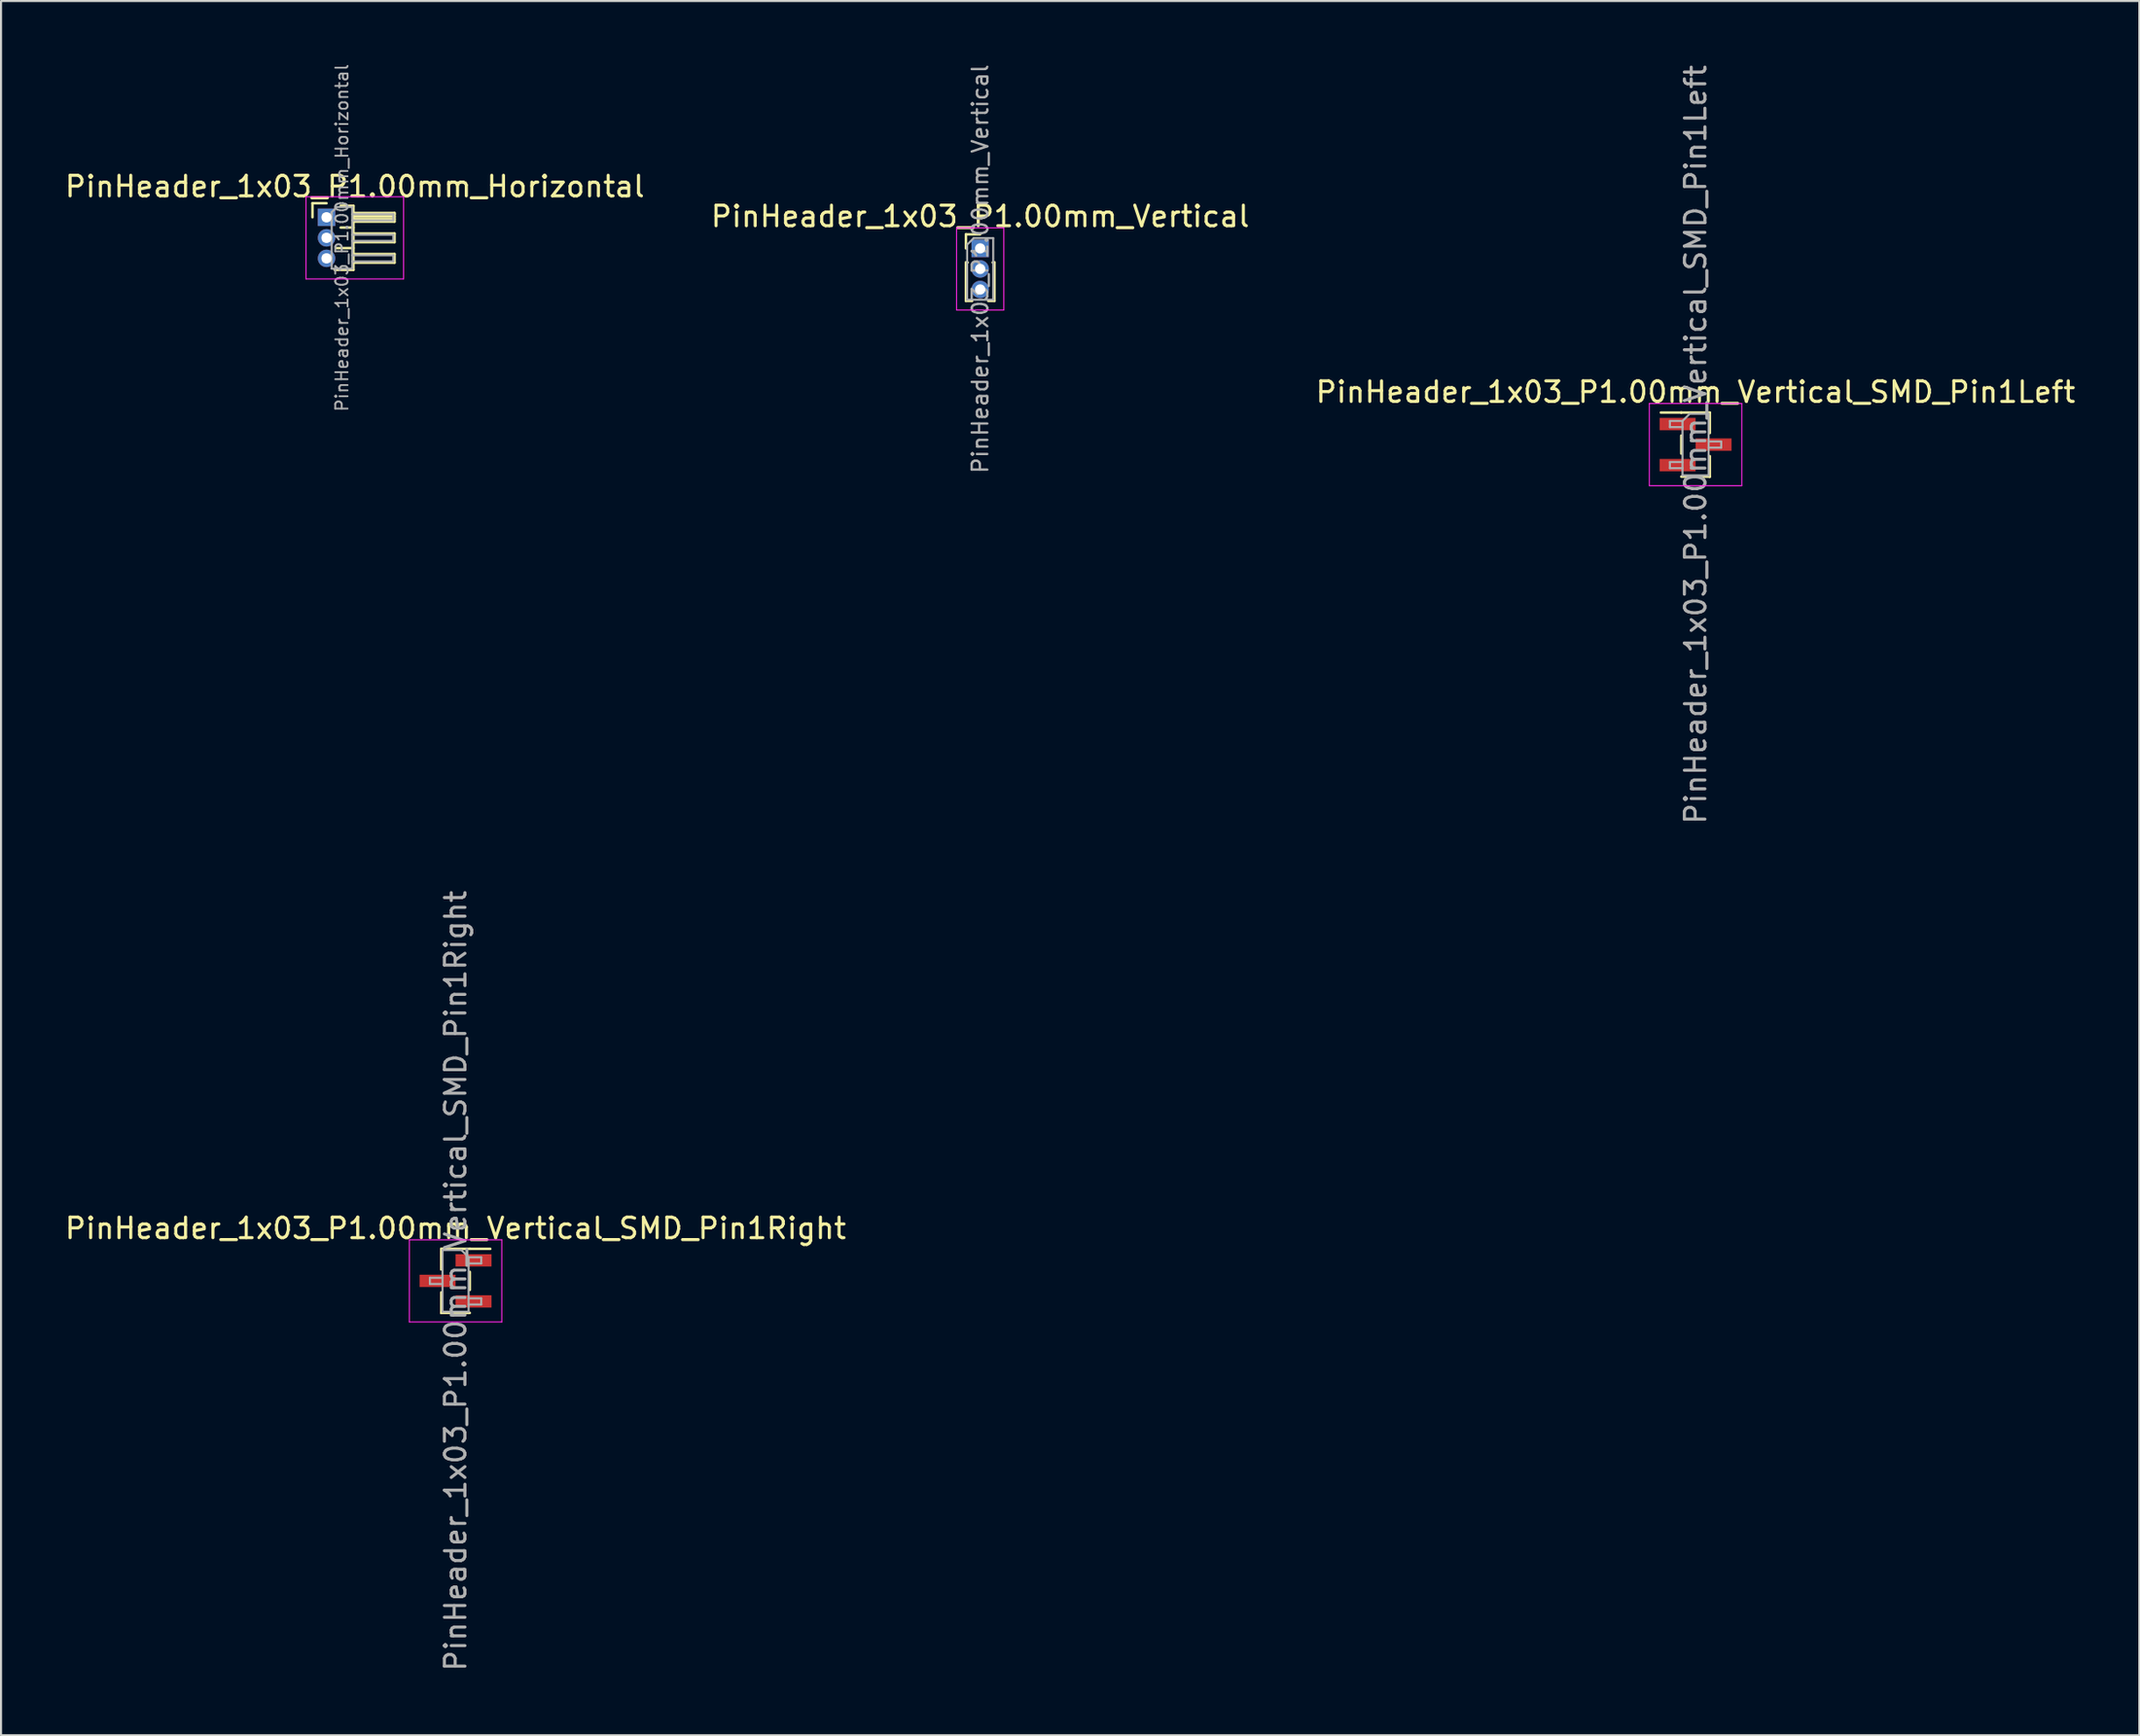
<source format=kicad_pcb>
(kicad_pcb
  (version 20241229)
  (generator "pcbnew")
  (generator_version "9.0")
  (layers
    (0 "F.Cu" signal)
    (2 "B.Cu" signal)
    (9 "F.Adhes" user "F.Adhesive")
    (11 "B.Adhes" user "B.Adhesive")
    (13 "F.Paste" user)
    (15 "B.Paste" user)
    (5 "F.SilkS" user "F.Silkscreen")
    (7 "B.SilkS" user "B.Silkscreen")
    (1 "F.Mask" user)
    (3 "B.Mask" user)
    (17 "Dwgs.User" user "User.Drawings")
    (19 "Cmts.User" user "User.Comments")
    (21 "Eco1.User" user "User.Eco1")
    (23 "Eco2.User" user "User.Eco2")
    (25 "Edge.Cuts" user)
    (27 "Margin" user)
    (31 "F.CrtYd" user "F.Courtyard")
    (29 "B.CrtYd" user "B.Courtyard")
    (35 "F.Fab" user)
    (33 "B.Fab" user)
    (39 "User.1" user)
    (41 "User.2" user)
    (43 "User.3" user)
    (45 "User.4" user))
  (footprint "PinHeader_1x03_P1.00mm_Horizontal"
    (layer "F.Cu")
    (at 12.845 7.532)
    (property "Reference" "PinHeader_1x03_P1.00mm_Horizontal" (at 1.375 -1.5 0) (layer "F.SilkS") (effects (font (size 1 1) (thickness 0.15))))
    (attr through_hole)
    (fp_line (start -0.685 -0.685) (end 0 -0.685) (stroke (width 0.12) (type solid)) (layer "F.SilkS"))
    (fp_line (start -0.685 0) (end -0.685 -0.685) (stroke (width 0.12) (type solid)) (layer "F.SilkS"))
    (fp_line (start 0.468 1.5) (end 1.31 1.5) (stroke (width 0.12) (type solid)) (layer "F.SilkS"))
    (fp_line (start 0.685 -0.56) (end 1.31 -0.56) (stroke (width 0.12) (type solid)) (layer "F.SilkS"))
    (fp_line (start 0.685 0.5) (end 1.31 0.5) (stroke (width 0.12) (type solid)) (layer "F.SilkS"))
    (fp_line (start 1.31 -0.56) (end 1.31 2.56) (stroke (width 0.12) (type solid)) (layer "F.SilkS"))
    (fp_line (start 1.31 -0.21) (end 3.31 -0.21) (stroke (width 0.12) (type solid)) (layer "F.SilkS"))
    (fp_line (start 1.31 -0.15) (end 3.31 -0.15) (stroke (width 0.12) (type solid)) (layer "F.SilkS"))
    (fp_line (start 1.31 -0.03) (end 3.31 -0.03) (stroke (width 0.12) (type solid)) (layer "F.SilkS"))
    (fp_line (start 1.31 0.09) (end 3.31 0.09) (stroke (width 0.12) (type solid)) (layer "F.SilkS"))
    (fp_line (start 1.31 0.79) (end 3.31 0.79) (stroke (width 0.12) (type solid)) (layer "F.SilkS"))
    (fp_line (start 1.31 1.79) (end 3.31 1.79) (stroke (width 0.12) (type solid)) (layer "F.SilkS"))
    (fp_line (start 1.31 2.56) (end 0.394 2.56) (stroke (width 0.12) (type solid)) (layer "F.SilkS"))
    (fp_line (start 3.31 -0.21) (end 3.31 0.21) (stroke (width 0.12) (type solid)) (layer "F.SilkS"))
    (fp_line (start 3.31 0.21) (end 1.31 0.21) (stroke (width 0.12) (type solid)) (layer "F.SilkS"))
    (fp_line (start 3.31 0.79) (end 3.31 1.21) (stroke (width 0.12) (type solid)) (layer "F.SilkS"))
    (fp_line (start 3.31 1.21) (end 1.31 1.21) (stroke (width 0.12) (type solid)) (layer "F.SilkS"))
    (fp_line (start 3.31 1.79) (end 3.31 2.21) (stroke (width 0.12) (type solid)) (layer "F.SilkS"))
    (fp_line (start 3.31 2.21) (end 1.31 2.21) (stroke (width 0.12) (type solid)) (layer "F.SilkS"))
    (fp_line (start -1 -1) (end -1 3) (stroke (width 0.05) (type solid)) (layer "F.CrtYd"))
    (fp_line (start -1 3) (end 3.75 3) (stroke (width 0.05) (type solid)) (layer "F.CrtYd"))
    (fp_line (start 3.75 -1) (end -1 -1) (stroke (width 0.05) (type solid)) (layer "F.CrtYd"))
    (fp_line (start 3.75 3) (end 3.75 -1) (stroke (width 0.05) (type solid)) (layer "F.CrtYd"))
    (fp_line (start -0.15 -0.15) (end -0.15 0.15) (stroke (width 0.1) (type solid)) (layer "F.Fab"))
    (fp_line (start -0.15 -0.15) (end 0.25 -0.15) (stroke (width 0.1) (type solid)) (layer "F.Fab"))
    (fp_line (start -0.15 0.15) (end 0.25 0.15) (stroke (width 0.1) (type solid)) (layer "F.Fab"))
    (fp_line (start -0.15 0.85) (end -0.15 1.15) (stroke (width 0.1) (type solid)) (layer "F.Fab"))
    (fp_line (start -0.15 0.85) (end 0.25 0.85) (stroke (width 0.1) (type solid)) (layer "F.Fab"))
    (fp_line (start -0.15 1.15) (end 0.25 1.15) (stroke (width 0.1) (type solid)) (layer "F.Fab"))
    (fp_line (start -0.15 1.85) (end -0.15 2.15) (stroke (width 0.1) (type solid)) (layer "F.Fab"))
    (fp_line (start -0.15 1.85) (end 0.25 1.85) (stroke (width 0.1) (type solid)) (layer "F.Fab"))
    (fp_line (start -0.15 2.15) (end 0.25 2.15) (stroke (width 0.1) (type solid)) (layer "F.Fab"))
    (fp_line (start 0.25 -0.25) (end 0.5 -0.5) (stroke (width 0.1) (type solid)) (layer "F.Fab"))
    (fp_line (start 0.25 2.5) (end 0.25 -0.25) (stroke (width 0.1) (type solid)) (layer "F.Fab"))
    (fp_line (start 0.5 -0.5) (end 1.25 -0.5) (stroke (width 0.1) (type solid)) (layer "F.Fab"))
    (fp_line (start 1.25 -0.5) (end 1.25 2.5) (stroke (width 0.1) (type solid)) (layer "F.Fab"))
    (fp_line (start 1.25 -0.15) (end 3.25 -0.15) (stroke (width 0.1) (type solid)) (layer "F.Fab"))
    (fp_line (start 1.25 0.15) (end 3.25 0.15) (stroke (width 0.1) (type solid)) (layer "F.Fab"))
    (fp_line (start 1.25 0.85) (end 3.25 0.85) (stroke (width 0.1) (type solid)) (layer "F.Fab"))
    (fp_line (start 1.25 1.15) (end 3.25 1.15) (stroke (width 0.1) (type solid)) (layer "F.Fab"))
    (fp_line (start 1.25 1.85) (end 3.25 1.85) (stroke (width 0.1) (type solid)) (layer "F.Fab"))
    (fp_line (start 1.25 2.15) (end 3.25 2.15) (stroke (width 0.1) (type solid)) (layer "F.Fab"))
    (fp_line (start 1.25 2.5) (end 0.25 2.5) (stroke (width 0.1) (type solid)) (layer "F.Fab"))
    (fp_line (start 3.25 -0.15) (end 3.25 0.15) (stroke (width 0.1) (type solid)) (layer "F.Fab"))
    (fp_line (start 3.25 0.85) (end 3.25 1.15) (stroke (width 0.1) (type solid)) (layer "F.Fab"))
    (fp_line (start 3.25 1.85) (end 3.25 2.15) (stroke (width 0.1) (type solid)) (layer "F.Fab"))
    (fp_text user "${REFERENCE}" (at 0.75 1 90) (layer "F.Fab") (effects (font (size 0.6 0.6) (thickness 0.09))))
    (pad "1" thru_hole rect (at 0 0) (size 0.85 0.85) (drill 0.5) (layers "*.Cu" "*.Mask"))
    (pad "2" thru_hole oval (at 0 1) (size 0.85 0.85) (drill 0.5) (layers "*.Cu" "*.Mask"))
    (pad "3" thru_hole oval (at 0 2) (size 0.85 0.85) (drill 0.5) (layers "*.Cu" "*.Mask")))
  (footprint "PinHeader_1x03_P1.00mm_Vertical"
    (layer "F.Cu")
    (at 44.661 9.047)
    (property "Reference" "PinHeader_1x03_P1.00mm_Vertical" (at 0 -1.56 0) (layer "F.SilkS") (effects (font (size 1 1) (thickness 0.15))))
    (attr through_hole)
    (fp_line (start -0.695 -0.685) (end 0 -0.685) (stroke (width 0.12) (type solid)) (layer "F.SilkS"))
    (fp_line (start -0.695 0) (end -0.695 -0.685) (stroke (width 0.12) (type solid)) (layer "F.SilkS"))
    (fp_line (start -0.695 0.685) (end -0.695 2.56) (stroke (width 0.12) (type solid)) (layer "F.SilkS"))
    (fp_line (start -0.695 0.685) (end -0.608 0.685) (stroke (width 0.12) (type solid)) (layer "F.SilkS"))
    (fp_line (start -0.695 2.56) (end -0.394 2.56) (stroke (width 0.12) (type solid)) (layer "F.SilkS"))
    (fp_line (start 0.394 2.56) (end 0.695 2.56) (stroke (width 0.12) (type solid)) (layer "F.SilkS"))
    (fp_line (start 0.608 0.685) (end 0.695 0.685) (stroke (width 0.12) (type solid)) (layer "F.SilkS"))
    (fp_line (start 0.695 0.685) (end 0.695 2.56) (stroke (width 0.12) (type solid)) (layer "F.SilkS"))
    (fp_line (start -1.15 -1) (end -1.15 3) (stroke (width 0.05) (type solid)) (layer "F.CrtYd"))
    (fp_line (start -1.15 3) (end 1.15 3) (stroke (width 0.05) (type solid)) (layer "F.CrtYd"))
    (fp_line (start 1.15 -1) (end -1.15 -1) (stroke (width 0.05) (type solid)) (layer "F.CrtYd"))
    (fp_line (start 1.15 3) (end 1.15 -1) (stroke (width 0.05) (type solid)) (layer "F.CrtYd"))
    (fp_line (start -0.635 -0.182) (end -0.318 -0.5) (stroke (width 0.1) (type solid)) (layer "F.Fab"))
    (fp_line (start -0.635 2.5) (end -0.635 -0.182) (stroke (width 0.1) (type solid)) (layer "F.Fab"))
    (fp_line (start -0.318 -0.5) (end 0.635 -0.5) (stroke (width 0.1) (type solid)) (layer "F.Fab"))
    (fp_line (start 0.635 -0.5) (end 0.635 2.5) (stroke (width 0.1) (type solid)) (layer "F.Fab"))
    (fp_line (start 0.635 2.5) (end -0.635 2.5) (stroke (width 0.1) (type solid)) (layer "F.Fab"))
    (fp_text user "${REFERENCE}" (at 0 1 90) (layer "F.Fab") (effects (font (size 0.76 0.76) (thickness 0.114))))
    (pad "1" thru_hole rect (at 0 0) (size 0.85 0.85) (drill 0.5) (layers "*.Cu" "*.Mask"))
    (pad "2" thru_hole oval (at 0 1) (size 0.85 0.85) (drill 0.5) (layers "*.Cu" "*.Mask"))
    (pad "3" thru_hole oval (at 0 2) (size 0.85 0.85) (drill 0.5) (layers "*.Cu" "*.Mask")))
  (footprint "PinHeader_1x03_P1.00mm_Vertical_SMD_Pin1Left"
    (layer "F.Cu")
    (at 79.482 18.601)
    (property "Reference" "PinHeader_1x03_P1.00mm_Vertical_SMD_Pin1Left" (at 0 -2.56 0) (layer "F.SilkS") (effects (font (size 1 1) (thickness 0.15))))
    (attr smd)
    (fp_line (start -0.695 -1.56) (end -1.69 -1.56) (stroke (width 0.12) (type solid)) (layer "F.SilkS"))
    (fp_line (start -0.695 -1.56) (end -0.695 -1.56) (stroke (width 0.12) (type solid)) (layer "F.SilkS"))
    (fp_line (start -0.695 -1.56) (end 0.695 -1.56) (stroke (width 0.12) (type solid)) (layer "F.SilkS"))
    (fp_line (start -0.695 -0.44) (end -0.695 0.44) (stroke (width 0.12) (type solid)) (layer "F.SilkS"))
    (fp_line (start -0.695 1.56) (end 0.695 1.56) (stroke (width 0.12) (type solid)) (layer "F.SilkS"))
    (fp_line (start 0.695 -1.56) (end 0.695 -0.56) (stroke (width 0.12) (type solid)) (layer "F.SilkS"))
    (fp_line (start 0.695 0.56) (end 0.695 1.56) (stroke (width 0.12) (type solid)) (layer "F.SilkS"))
    (fp_line (start 0.695 1.56) (end 0.695 1.56) (stroke (width 0.12) (type solid)) (layer "F.SilkS"))
    (fp_line (start -2.25 -2) (end -2.25 2) (stroke (width 0.05) (type solid)) (layer "F.CrtYd"))
    (fp_line (start -2.25 2) (end 2.25 2) (stroke (width 0.05) (type solid)) (layer "F.CrtYd"))
    (fp_line (start 2.25 -2) (end -2.25 -2) (stroke (width 0.05) (type solid)) (layer "F.CrtYd"))
    (fp_line (start 2.25 2) (end 2.25 -2) (stroke (width 0.05) (type solid)) (layer "F.CrtYd"))
    (fp_line (start -1.25 -1.15) (end -1.25 -0.85) (stroke (width 0.1) (type solid)) (layer "F.Fab"))
    (fp_line (start -1.25 -0.85) (end -0.635 -0.85) (stroke (width 0.1) (type solid)) (layer "F.Fab"))
    (fp_line (start -1.25 0.85) (end -1.25 1.15) (stroke (width 0.1) (type solid)) (layer "F.Fab"))
    (fp_line (start -1.25 1.15) (end -0.635 1.15) (stroke (width 0.1) (type solid)) (layer "F.Fab"))
    (fp_line (start -0.635 -1.15) (end -1.25 -1.15) (stroke (width 0.1) (type solid)) (layer "F.Fab"))
    (fp_line (start -0.635 -1.15) (end -0.285 -1.5) (stroke (width 0.1) (type solid)) (layer "F.Fab"))
    (fp_line (start -0.635 0.85) (end -1.25 0.85) (stroke (width 0.1) (type solid)) (layer "F.Fab"))
    (fp_line (start -0.635 1.5) (end -0.635 -1.15) (stroke (width 0.1) (type solid)) (layer "F.Fab"))
    (fp_line (start -0.285 -1.5) (end 0.635 -1.5) (stroke (width 0.1) (type solid)) (layer "F.Fab"))
    (fp_line (start 0.635 -1.5) (end 0.635 1.5) (stroke (width 0.1) (type solid)) (layer "F.Fab"))
    (fp_line (start 0.635 -0.15) (end 1.25 -0.15) (stroke (width 0.1) (type solid)) (layer "F.Fab"))
    (fp_line (start 0.635 1.5) (end -0.635 1.5) (stroke (width 0.1) (type solid)) (layer "F.Fab"))
    (fp_line (start 1.25 -0.15) (end 1.25 0.15) (stroke (width 0.1) (type solid)) (layer "F.Fab"))
    (fp_line (start 1.25 0.15) (end 0.635 0.15) (stroke (width 0.1) (type solid)) (layer "F.Fab"))
    (fp_text user "${REFERENCE}" (at 0 0 90) (layer "F.Fab") (effects (font (size 1 1) (thickness 0.15))))
    (pad "1" smd rect (at -0.875 -1) (size 1.75 0.6) (layers "F.Cu" "F.Mask" "F.Paste"))
    (pad "2" smd rect (at 0.875 0) (size 1.75 0.6) (layers "F.Cu" "F.Mask" "F.Paste"))
    (pad "3" smd rect (at -0.875 1) (size 1.75 0.6) (layers "F.Cu" "F.Mask" "F.Paste")))
  (footprint "PinHeader_1x03_P1.00mm_Vertical_SMD_Pin1Right"
    (layer "F.Cu")
    (at 19.125 59.327)
    (property "Reference" "PinHeader_1x03_P1.00mm_Vertical_SMD_Pin1Right" (at 0 -2.56 0) (layer "F.SilkS") (effects (font (size 1 1) (thickness 0.15))))
    (attr smd)
    (fp_line (start -0.695 -1.56) (end -0.695 -0.56) (stroke (width 0.12) (type solid)) (layer "F.SilkS"))
    (fp_line (start -0.695 -1.56) (end 0.695 -1.56) (stroke (width 0.12) (type solid)) (layer "F.SilkS"))
    (fp_line (start -0.695 -1.44) (end -0.695 -0.56) (stroke (width 0.12) (type solid)) (layer "F.SilkS"))
    (fp_line (start -0.695 0.56) (end -0.695 1.56) (stroke (width 0.12) (type solid)) (layer "F.SilkS"))
    (fp_line (start -0.695 1.56) (end -0.695 1.56) (stroke (width 0.12) (type solid)) (layer "F.SilkS"))
    (fp_line (start -0.695 1.56) (end 0.695 1.56) (stroke (width 0.12) (type solid)) (layer "F.SilkS"))
    (fp_line (start 0.695 -1.56) (end 0.695 -1.56) (stroke (width 0.12) (type solid)) (layer "F.SilkS"))
    (fp_line (start 0.695 -1.56) (end 1.69 -1.56) (stroke (width 0.12) (type solid)) (layer "F.SilkS"))
    (fp_line (start 0.695 -0.44) (end 0.695 0.44) (stroke (width 0.12) (type solid)) (layer "F.SilkS"))
    (fp_line (start -2.25 -2) (end -2.25 2) (stroke (width 0.05) (type solid)) (layer "F.CrtYd"))
    (fp_line (start -2.25 2) (end 2.25 2) (stroke (width 0.05) (type solid)) (layer "F.CrtYd"))
    (fp_line (start 2.25 -2) (end -2.25 -2) (stroke (width 0.05) (type solid)) (layer "F.CrtYd"))
    (fp_line (start 2.25 2) (end 2.25 -2) (stroke (width 0.05) (type solid)) (layer "F.CrtYd"))
    (fp_line (start -1.25 -0.15) (end -1.25 0.15) (stroke (width 0.1) (type solid)) (layer "F.Fab"))
    (fp_line (start -1.25 0.15) (end -0.635 0.15) (stroke (width 0.1) (type solid)) (layer "F.Fab"))
    (fp_line (start -0.635 -1.5) (end -0.635 1.5) (stroke (width 0.1) (type solid)) (layer "F.Fab"))
    (fp_line (start -0.635 -1.5) (end 0.285 -1.5) (stroke (width 0.1) (type solid)) (layer "F.Fab"))
    (fp_line (start -0.635 -0.15) (end -1.25 -0.15) (stroke (width 0.1) (type solid)) (layer "F.Fab"))
    (fp_line (start 0.635 -1.15) (end 0.285 -1.5) (stroke (width 0.1) (type solid)) (layer "F.Fab"))
    (fp_line (start 0.635 -1.15) (end 1.25 -1.15) (stroke (width 0.1) (type solid)) (layer "F.Fab"))
    (fp_line (start 0.635 0.85) (end 1.25 0.85) (stroke (width 0.1) (type solid)) (layer "F.Fab"))
    (fp_line (start 0.635 1.5) (end -0.635 1.5) (stroke (width 0.1) (type solid)) (layer "F.Fab"))
    (fp_line (start 0.635 1.5) (end 0.635 -1.15) (stroke (width 0.1) (type solid)) (layer "F.Fab"))
    (fp_line (start 1.25 -1.15) (end 1.25 -0.85) (stroke (width 0.1) (type solid)) (layer "F.Fab"))
    (fp_line (start 1.25 -0.85) (end 0.635 -0.85) (stroke (width 0.1) (type solid)) (layer "F.Fab"))
    (fp_line (start 1.25 0.85) (end 1.25 1.15) (stroke (width 0.1) (type solid)) (layer "F.Fab"))
    (fp_line (start 1.25 1.15) (end 0.635 1.15) (stroke (width 0.1) (type solid)) (layer "F.Fab"))
    (fp_text user "${REFERENCE}" (at 0 0 90) (layer "F.Fab") (effects (font (size 1 1) (thickness 0.15))))
    (pad "1" smd rect (at 0.875 -1) (size 1.75 0.6) (layers "F.Cu" "F.Mask" "F.Paste"))
    (pad "2" smd rect (at -0.875 0) (size 1.75 0.6) (layers "F.Cu" "F.Mask" "F.Paste"))
    (pad "3" smd rect (at 0.875 1) (size 1.75 0.6) (layers "F.Cu" "F.Mask" "F.Paste")))
  (gr_rect
    (start -3 -3)
    (end 101.083 81.452)
    (stroke (width 0.1) (type default))
    (fill no)
    (layer "Edge.Cuts")))
</source>
